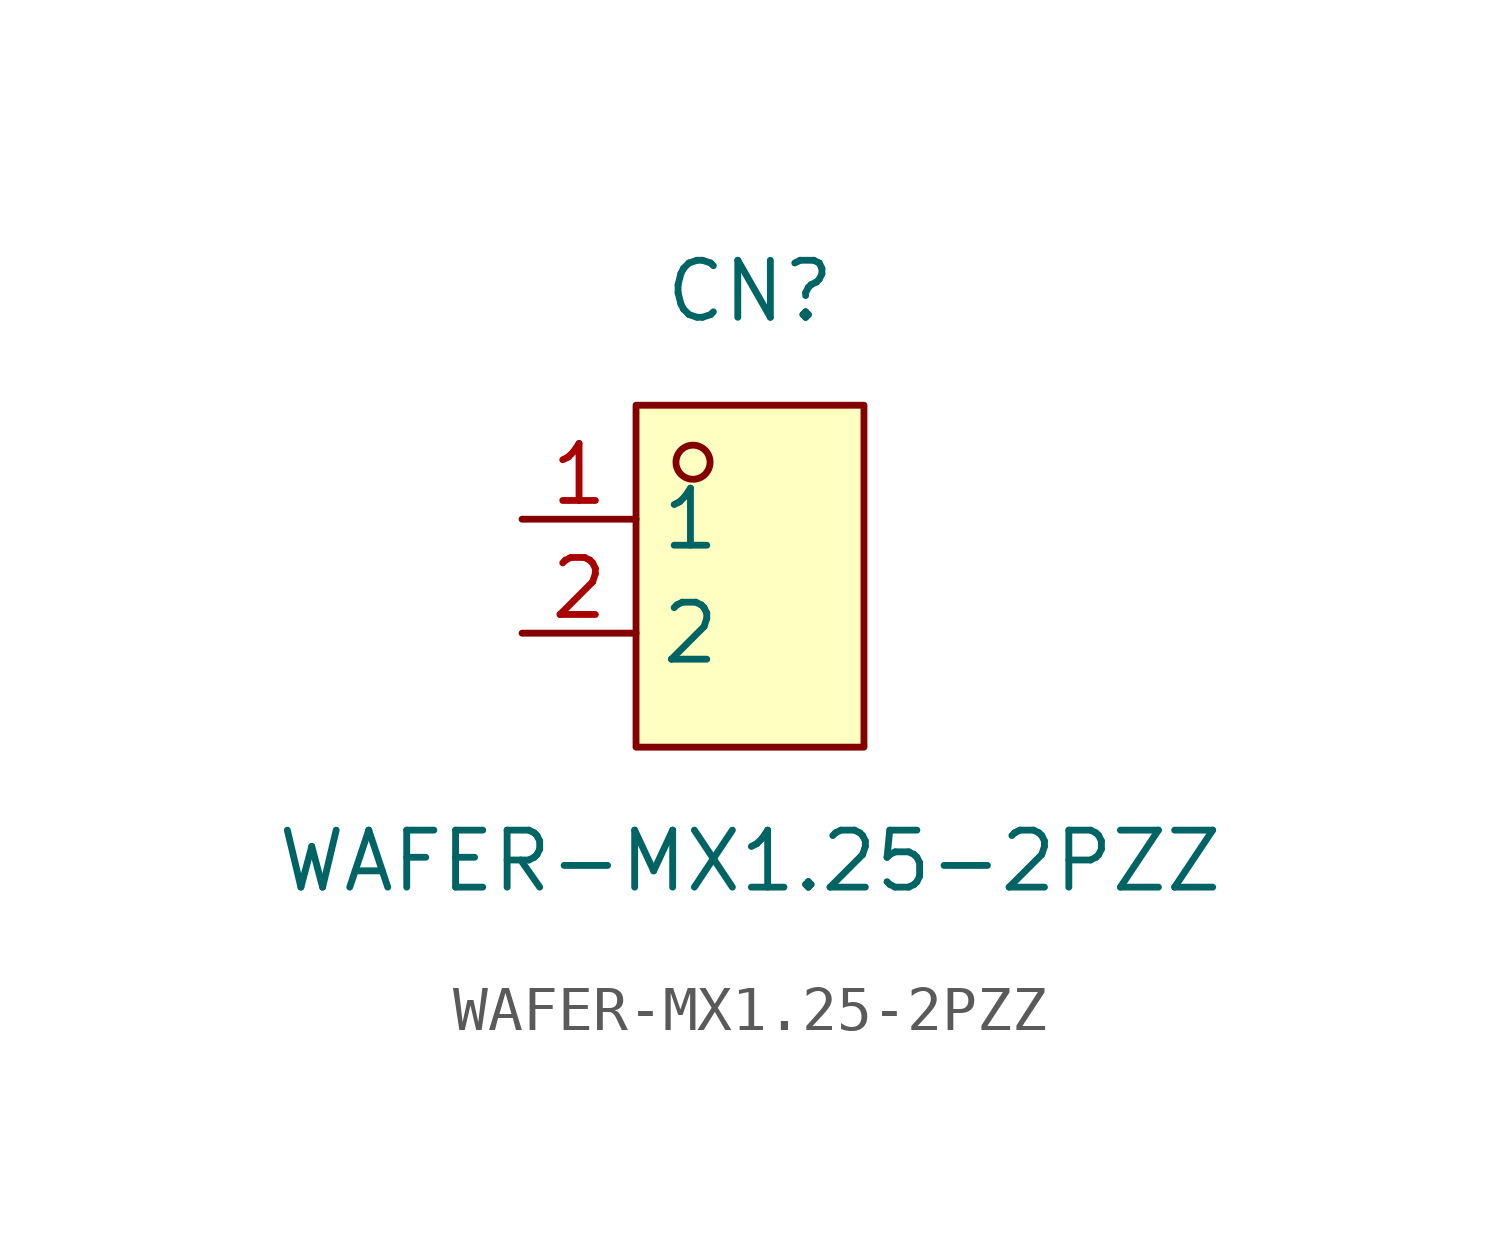
<source format=kicad_sym>
(kicad_symbol_lib
  (version 20211014)
  (generator https://github.com/uPesy/easyeda2kicad.py)
  (symbol "WAFER-MX1.25-2PZZ"
    (property "Reference" "CN"
      (at 0 6.35 0)
      (effects (font (size 1.27 1.27))))
    (property "Value" "WAFER-MX1.25-2PZZ"
      (at 0 -6.35 0)
      (effects (font (size 1.27 1.27))))
    (symbol "WAFER-MX1.25-2PZZ_0_1"
      (rectangle (start -2.54 3.81) (end 2.54 -3.81) (stroke (width 0) (type default) (color 0 0 0 0)) (fill (type background)))
      (circle (center -1.27 2.54) (radius 0.38) (stroke (width 0) (type default) (color 0 0 0 0)) (fill (type none)))
      (pin unspecified line (at -5.08 1.27 0) (length 2.54) (name "1" (effects (font (size 1.27 1.27)))) (number "1" (effects (font (size 1.27 1.27)))))
      (pin unspecified line (at -5.08 -1.27 0) (length 2.54) (name "2" (effects (font (size 1.27 1.27)))) (number "2" (effects (font (size 1.27 1.27))))))))
</source>
